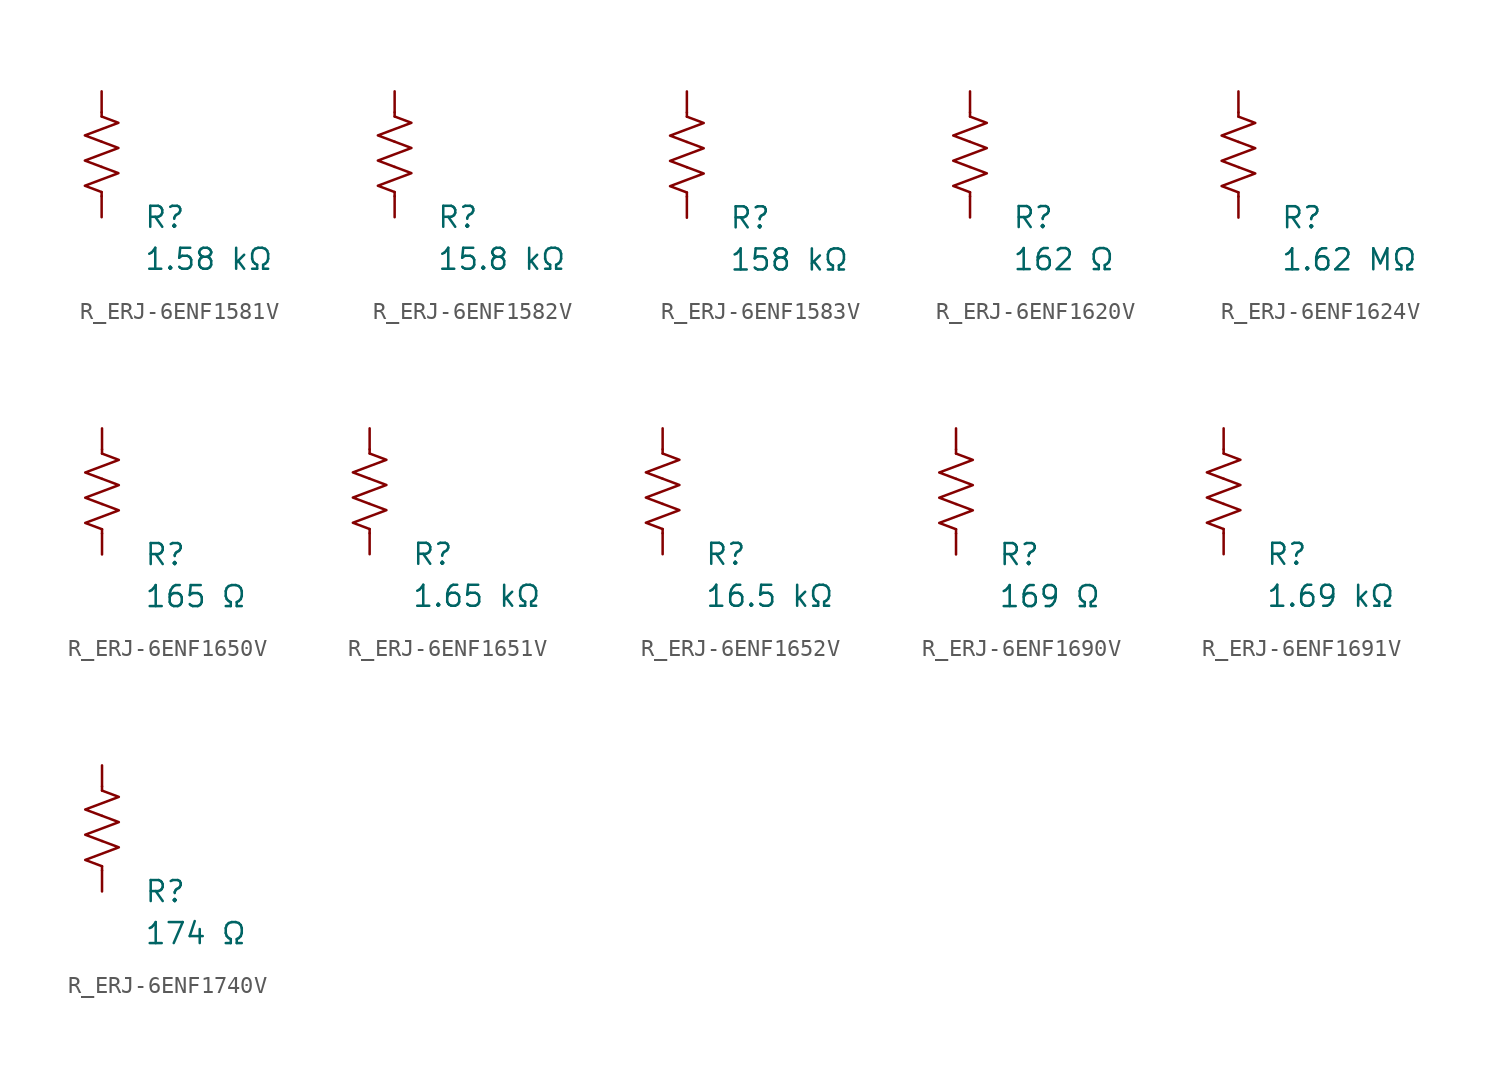
<source format=kicad_sym>
(kicad_symbol_lib
  (version 20231120)
  (generator "kicad_symbol_editor")
  (generator_version "8.0")
  (symbol "R_ERJ-6ENF1581V"
    (pin_numbers hide)
    (pin_names
      (offset 0))
    (property "Reference" "R"
      (at 2.54 -3.81 0)
      (effects (font (size 1.27 1.27)) (justify left))
      (show_name no))
    (property "Value" "1.58 kΩ"
      (at 2.54 -6.35 0)
      (effects (font (size 1.27 1.27)) (justify left))
      (show_name no))
    (symbol "R_ERJ-6ENF1581V_0_1"
      (polyline (pts (xy 0 -2.286) (xy 0 -2.54)) (stroke (width 0) (type default)) (fill (type none)))
      (polyline (pts (xy 0 2.286) (xy 0 2.54)) (stroke (width 0) (type default)) (fill (type none)))
      (polyline (pts (xy 0 -0.762) (xy 1.016 -1.143) (xy 0 -1.524) (xy -1.016 -1.905) (xy 0 -2.286)) (stroke (width 0) (type default)) (fill (type none)))
      (polyline (pts (xy 0 0.762) (xy 1.016 0.381) (xy 0 0) (xy -1.016 -0.381) (xy 0 -0.762)) (stroke (width 0) (type default)) (fill (type none)))
      (polyline (pts (xy 0 2.286) (xy 1.016 1.905) (xy 0 1.524) (xy -1.016 1.143) (xy 0 0.762)) (stroke (width 0) (type default)) (fill (type none))))
    (symbol "R_ERJ-6ENF1581V_1_1"
      (pin passive line (at 0 3.81 270) (length 1.27) (name "~" (effects (font (size 1.27 1.27)))) (number "1" (effects (font (size 1.27 1.27)))))
      (pin passive line (at 0 -3.81 90) (length 1.27) (name "~" (effects (font (size 1.27 1.27)))) (number "2" (effects (font (size 1.27 1.27)))))))
  (symbol "R_ERJ-6ENF1582V"
    (pin_numbers hide)
    (pin_names
      (offset 0))
    (property "Reference" "R"
      (at 2.54 -3.81 0)
      (effects (font (size 1.27 1.27)) (justify left))
      (show_name no))
    (property "Value" "15.8 kΩ"
      (at 2.54 -6.35 0)
      (effects (font (size 1.27 1.27)) (justify left))
      (show_name no))
    (symbol "R_ERJ-6ENF1582V_0_1"
      (polyline (pts (xy 0 -2.286) (xy 0 -2.54)) (stroke (width 0) (type default)) (fill (type none)))
      (polyline (pts (xy 0 2.286) (xy 0 2.54)) (stroke (width 0) (type default)) (fill (type none)))
      (polyline (pts (xy 0 -0.762) (xy 1.016 -1.143) (xy 0 -1.524) (xy -1.016 -1.905) (xy 0 -2.286)) (stroke (width 0) (type default)) (fill (type none)))
      (polyline (pts (xy 0 0.762) (xy 1.016 0.381) (xy 0 0) (xy -1.016 -0.381) (xy 0 -0.762)) (stroke (width 0) (type default)) (fill (type none)))
      (polyline (pts (xy 0 2.286) (xy 1.016 1.905) (xy 0 1.524) (xy -1.016 1.143) (xy 0 0.762)) (stroke (width 0) (type default)) (fill (type none))))
    (symbol "R_ERJ-6ENF1582V_1_1"
      (pin passive line (at 0 3.81 270) (length 1.27) (name "~" (effects (font (size 1.27 1.27)))) (number "1" (effects (font (size 1.27 1.27)))))
      (pin passive line (at 0 -3.81 90) (length 1.27) (name "~" (effects (font (size 1.27 1.27)))) (number "2" (effects (font (size 1.27 1.27)))))))
  (symbol "R_ERJ-6ENF1583V"
    (pin_numbers hide)
    (pin_names
      (offset 0))
    (property "Reference" "R"
      (at 2.54 -3.81 0)
      (effects (font (size 1.27 1.27)) (justify left))
      (show_name no))
    (property "Value" "158 kΩ"
      (at 2.54 -6.35 0)
      (effects (font (size 1.27 1.27)) (justify left))
      (show_name no))
    (symbol "R_ERJ-6ENF1583V_0_1"
      (polyline (pts (xy 0 -2.286) (xy 0 -2.54)) (stroke (width 0) (type default)) (fill (type none)))
      (polyline (pts (xy 0 2.286) (xy 0 2.54)) (stroke (width 0) (type default)) (fill (type none)))
      (polyline (pts (xy 0 -0.762) (xy 1.016 -1.143) (xy 0 -1.524) (xy -1.016 -1.905) (xy 0 -2.286)) (stroke (width 0) (type default)) (fill (type none)))
      (polyline (pts (xy 0 0.762) (xy 1.016 0.381) (xy 0 0) (xy -1.016 -0.381) (xy 0 -0.762)) (stroke (width 0) (type default)) (fill (type none)))
      (polyline (pts (xy 0 2.286) (xy 1.016 1.905) (xy 0 1.524) (xy -1.016 1.143) (xy 0 0.762)) (stroke (width 0) (type default)) (fill (type none))))
    (symbol "R_ERJ-6ENF1583V_1_1"
      (pin passive line (at 0 3.81 270) (length 1.27) (name "~" (effects (font (size 1.27 1.27)))) (number "1" (effects (font (size 1.27 1.27)))))
      (pin passive line (at 0 -3.81 90) (length 1.27) (name "~" (effects (font (size 1.27 1.27)))) (number "2" (effects (font (size 1.27 1.27)))))))
  (symbol "R_ERJ-6ENF1620V"
    (pin_numbers hide)
    (pin_names
      (offset 0))
    (property "Reference" "R"
      (at 2.54 -3.81 0)
      (effects (font (size 1.27 1.27)) (justify left))
      (show_name no))
    (property "Value" "162 Ω"
      (at 2.54 -6.35 0)
      (effects (font (size 1.27 1.27)) (justify left))
      (show_name no))
    (symbol "R_ERJ-6ENF1620V_0_1"
      (polyline (pts (xy 0 -2.286) (xy 0 -2.54)) (stroke (width 0) (type default)) (fill (type none)))
      (polyline (pts (xy 0 2.286) (xy 0 2.54)) (stroke (width 0) (type default)) (fill (type none)))
      (polyline (pts (xy 0 -0.762) (xy 1.016 -1.143) (xy 0 -1.524) (xy -1.016 -1.905) (xy 0 -2.286)) (stroke (width 0) (type default)) (fill (type none)))
      (polyline (pts (xy 0 0.762) (xy 1.016 0.381) (xy 0 0) (xy -1.016 -0.381) (xy 0 -0.762)) (stroke (width 0) (type default)) (fill (type none)))
      (polyline (pts (xy 0 2.286) (xy 1.016 1.905) (xy 0 1.524) (xy -1.016 1.143) (xy 0 0.762)) (stroke (width 0) (type default)) (fill (type none))))
    (symbol "R_ERJ-6ENF1620V_1_1"
      (pin passive line (at 0 3.81 270) (length 1.27) (name "~" (effects (font (size 1.27 1.27)))) (number "1" (effects (font (size 1.27 1.27)))))
      (pin passive line (at 0 -3.81 90) (length 1.27) (name "~" (effects (font (size 1.27 1.27)))) (number "2" (effects (font (size 1.27 1.27)))))))
  (symbol "R_ERJ-6ENF1624V"
    (pin_numbers hide)
    (pin_names
      (offset 0))
    (property "Reference" "R"
      (at 2.54 -3.81 0)
      (effects (font (size 1.27 1.27)) (justify left))
      (show_name no))
    (property "Value" "1.62 MΩ"
      (at 2.54 -6.35 0)
      (effects (font (size 1.27 1.27)) (justify left))
      (show_name no))
    (symbol "R_ERJ-6ENF1624V_0_1"
      (polyline (pts (xy 0 -2.286) (xy 0 -2.54)) (stroke (width 0) (type default)) (fill (type none)))
      (polyline (pts (xy 0 2.286) (xy 0 2.54)) (stroke (width 0) (type default)) (fill (type none)))
      (polyline (pts (xy 0 -0.762) (xy 1.016 -1.143) (xy 0 -1.524) (xy -1.016 -1.905) (xy 0 -2.286)) (stroke (width 0) (type default)) (fill (type none)))
      (polyline (pts (xy 0 0.762) (xy 1.016 0.381) (xy 0 0) (xy -1.016 -0.381) (xy 0 -0.762)) (stroke (width 0) (type default)) (fill (type none)))
      (polyline (pts (xy 0 2.286) (xy 1.016 1.905) (xy 0 1.524) (xy -1.016 1.143) (xy 0 0.762)) (stroke (width 0) (type default)) (fill (type none))))
    (symbol "R_ERJ-6ENF1624V_1_1"
      (pin passive line (at 0 3.81 270) (length 1.27) (name "~" (effects (font (size 1.27 1.27)))) (number "1" (effects (font (size 1.27 1.27)))))
      (pin passive line (at 0 -3.81 90) (length 1.27) (name "~" (effects (font (size 1.27 1.27)))) (number "2" (effects (font (size 1.27 1.27)))))))
  (symbol "R_ERJ-6ENF1650V"
    (pin_numbers hide)
    (pin_names
      (offset 0))
    (property "Reference" "R"
      (at 2.54 -3.81 0)
      (effects (font (size 1.27 1.27)) (justify left))
      (show_name no))
    (property "Value" "165 Ω"
      (at 2.54 -6.35 0)
      (effects (font (size 1.27 1.27)) (justify left))
      (show_name no))
    (symbol "R_ERJ-6ENF1650V_0_1"
      (polyline (pts (xy 0 -2.286) (xy 0 -2.54)) (stroke (width 0) (type default)) (fill (type none)))
      (polyline (pts (xy 0 2.286) (xy 0 2.54)) (stroke (width 0) (type default)) (fill (type none)))
      (polyline (pts (xy 0 -0.762) (xy 1.016 -1.143) (xy 0 -1.524) (xy -1.016 -1.905) (xy 0 -2.286)) (stroke (width 0) (type default)) (fill (type none)))
      (polyline (pts (xy 0 0.762) (xy 1.016 0.381) (xy 0 0) (xy -1.016 -0.381) (xy 0 -0.762)) (stroke (width 0) (type default)) (fill (type none)))
      (polyline (pts (xy 0 2.286) (xy 1.016 1.905) (xy 0 1.524) (xy -1.016 1.143) (xy 0 0.762)) (stroke (width 0) (type default)) (fill (type none))))
    (symbol "R_ERJ-6ENF1650V_1_1"
      (pin passive line (at 0 3.81 270) (length 1.27) (name "~" (effects (font (size 1.27 1.27)))) (number "1" (effects (font (size 1.27 1.27)))))
      (pin passive line (at 0 -3.81 90) (length 1.27) (name "~" (effects (font (size 1.27 1.27)))) (number "2" (effects (font (size 1.27 1.27)))))))
  (symbol "R_ERJ-6ENF1651V"
    (pin_numbers hide)
    (pin_names
      (offset 0))
    (property "Reference" "R"
      (at 2.54 -3.81 0)
      (effects (font (size 1.27 1.27)) (justify left))
      (show_name no))
    (property "Value" "1.65 kΩ"
      (at 2.54 -6.35 0)
      (effects (font (size 1.27 1.27)) (justify left))
      (show_name no))
    (symbol "R_ERJ-6ENF1651V_0_1"
      (polyline (pts (xy 0 -2.286) (xy 0 -2.54)) (stroke (width 0) (type default)) (fill (type none)))
      (polyline (pts (xy 0 2.286) (xy 0 2.54)) (stroke (width 0) (type default)) (fill (type none)))
      (polyline (pts (xy 0 -0.762) (xy 1.016 -1.143) (xy 0 -1.524) (xy -1.016 -1.905) (xy 0 -2.286)) (stroke (width 0) (type default)) (fill (type none)))
      (polyline (pts (xy 0 0.762) (xy 1.016 0.381) (xy 0 0) (xy -1.016 -0.381) (xy 0 -0.762)) (stroke (width 0) (type default)) (fill (type none)))
      (polyline (pts (xy 0 2.286) (xy 1.016 1.905) (xy 0 1.524) (xy -1.016 1.143) (xy 0 0.762)) (stroke (width 0) (type default)) (fill (type none))))
    (symbol "R_ERJ-6ENF1651V_1_1"
      (pin passive line (at 0 3.81 270) (length 1.27) (name "~" (effects (font (size 1.27 1.27)))) (number "1" (effects (font (size 1.27 1.27)))))
      (pin passive line (at 0 -3.81 90) (length 1.27) (name "~" (effects (font (size 1.27 1.27)))) (number "2" (effects (font (size 1.27 1.27)))))))
  (symbol "R_ERJ-6ENF1652V"
    (pin_numbers hide)
    (pin_names
      (offset 0))
    (property "Reference" "R"
      (at 2.54 -3.81 0)
      (effects (font (size 1.27 1.27)) (justify left))
      (show_name no))
    (property "Value" "16.5 kΩ"
      (at 2.54 -6.35 0)
      (effects (font (size 1.27 1.27)) (justify left))
      (show_name no))
    (symbol "R_ERJ-6ENF1652V_0_1"
      (polyline (pts (xy 0 -2.286) (xy 0 -2.54)) (stroke (width 0) (type default)) (fill (type none)))
      (polyline (pts (xy 0 2.286) (xy 0 2.54)) (stroke (width 0) (type default)) (fill (type none)))
      (polyline (pts (xy 0 -0.762) (xy 1.016 -1.143) (xy 0 -1.524) (xy -1.016 -1.905) (xy 0 -2.286)) (stroke (width 0) (type default)) (fill (type none)))
      (polyline (pts (xy 0 0.762) (xy 1.016 0.381) (xy 0 0) (xy -1.016 -0.381) (xy 0 -0.762)) (stroke (width 0) (type default)) (fill (type none)))
      (polyline (pts (xy 0 2.286) (xy 1.016 1.905) (xy 0 1.524) (xy -1.016 1.143) (xy 0 0.762)) (stroke (width 0) (type default)) (fill (type none))))
    (symbol "R_ERJ-6ENF1652V_1_1"
      (pin passive line (at 0 3.81 270) (length 1.27) (name "~" (effects (font (size 1.27 1.27)))) (number "1" (effects (font (size 1.27 1.27)))))
      (pin passive line (at 0 -3.81 90) (length 1.27) (name "~" (effects (font (size 1.27 1.27)))) (number "2" (effects (font (size 1.27 1.27)))))))
  (symbol "R_ERJ-6ENF1690V"
    (pin_numbers hide)
    (pin_names
      (offset 0))
    (property "Reference" "R"
      (at 2.54 -3.81 0)
      (effects (font (size 1.27 1.27)) (justify left))
      (show_name no))
    (property "Value" "169 Ω"
      (at 2.54 -6.35 0)
      (effects (font (size 1.27 1.27)) (justify left))
      (show_name no))
    (symbol "R_ERJ-6ENF1690V_0_1"
      (polyline (pts (xy 0 -2.286) (xy 0 -2.54)) (stroke (width 0) (type default)) (fill (type none)))
      (polyline (pts (xy 0 2.286) (xy 0 2.54)) (stroke (width 0) (type default)) (fill (type none)))
      (polyline (pts (xy 0 -0.762) (xy 1.016 -1.143) (xy 0 -1.524) (xy -1.016 -1.905) (xy 0 -2.286)) (stroke (width 0) (type default)) (fill (type none)))
      (polyline (pts (xy 0 0.762) (xy 1.016 0.381) (xy 0 0) (xy -1.016 -0.381) (xy 0 -0.762)) (stroke (width 0) (type default)) (fill (type none)))
      (polyline (pts (xy 0 2.286) (xy 1.016 1.905) (xy 0 1.524) (xy -1.016 1.143) (xy 0 0.762)) (stroke (width 0) (type default)) (fill (type none))))
    (symbol "R_ERJ-6ENF1690V_1_1"
      (pin passive line (at 0 3.81 270) (length 1.27) (name "~" (effects (font (size 1.27 1.27)))) (number "1" (effects (font (size 1.27 1.27)))))
      (pin passive line (at 0 -3.81 90) (length 1.27) (name "~" (effects (font (size 1.27 1.27)))) (number "2" (effects (font (size 1.27 1.27)))))))
  (symbol "R_ERJ-6ENF1691V"
    (pin_numbers hide)
    (pin_names
      (offset 0))
    (property "Reference" "R"
      (at 2.54 -3.81 0)
      (effects (font (size 1.27 1.27)) (justify left))
      (show_name no))
    (property "Value" "1.69 kΩ"
      (at 2.54 -6.35 0)
      (effects (font (size 1.27 1.27)) (justify left))
      (show_name no))
    (symbol "R_ERJ-6ENF1691V_0_1"
      (polyline (pts (xy 0 -2.286) (xy 0 -2.54)) (stroke (width 0) (type default)) (fill (type none)))
      (polyline (pts (xy 0 2.286) (xy 0 2.54)) (stroke (width 0) (type default)) (fill (type none)))
      (polyline (pts (xy 0 -0.762) (xy 1.016 -1.143) (xy 0 -1.524) (xy -1.016 -1.905) (xy 0 -2.286)) (stroke (width 0) (type default)) (fill (type none)))
      (polyline (pts (xy 0 0.762) (xy 1.016 0.381) (xy 0 0) (xy -1.016 -0.381) (xy 0 -0.762)) (stroke (width 0) (type default)) (fill (type none)))
      (polyline (pts (xy 0 2.286) (xy 1.016 1.905) (xy 0 1.524) (xy -1.016 1.143) (xy 0 0.762)) (stroke (width 0) (type default)) (fill (type none))))
    (symbol "R_ERJ-6ENF1691V_1_1"
      (pin passive line (at 0 3.81 270) (length 1.27) (name "~" (effects (font (size 1.27 1.27)))) (number "1" (effects (font (size 1.27 1.27)))))
      (pin passive line (at 0 -3.81 90) (length 1.27) (name "~" (effects (font (size 1.27 1.27)))) (number "2" (effects (font (size 1.27 1.27)))))))
  (symbol "R_ERJ-6ENF1740V"
    (pin_numbers hide)
    (pin_names
      (offset 0))
    (property "Reference" "R"
      (at 2.54 -3.81 0)
      (effects (font (size 1.27 1.27)) (justify left))
      (show_name no))
    (property "Value" "174 Ω"
      (at 2.54 -6.35 0)
      (effects (font (size 1.27 1.27)) (justify left))
      (show_name no))
    (symbol "R_ERJ-6ENF1740V_0_1"
      (polyline (pts (xy 0 -2.286) (xy 0 -2.54)) (stroke (width 0) (type default)) (fill (type none)))
      (polyline (pts (xy 0 2.286) (xy 0 2.54)) (stroke (width 0) (type default)) (fill (type none)))
      (polyline (pts (xy 0 -0.762) (xy 1.016 -1.143) (xy 0 -1.524) (xy -1.016 -1.905) (xy 0 -2.286)) (stroke (width 0) (type default)) (fill (type none)))
      (polyline (pts (xy 0 0.762) (xy 1.016 0.381) (xy 0 0) (xy -1.016 -0.381) (xy 0 -0.762)) (stroke (width 0) (type default)) (fill (type none)))
      (polyline (pts (xy 0 2.286) (xy 1.016 1.905) (xy 0 1.524) (xy -1.016 1.143) (xy 0 0.762)) (stroke (width 0) (type default)) (fill (type none))))
    (symbol "R_ERJ-6ENF1740V_1_1"
      (pin passive line (at 0 3.81 270) (length 1.27) (name "~" (effects (font (size 1.27 1.27)))) (number "1" (effects (font (size 1.27 1.27)))))
      (pin passive line (at 0 -3.81 90) (length 1.27) (name "~" (effects (font (size 1.27 1.27)))) (number "2" (effects (font (size 1.27 1.27))))))))
</source>
